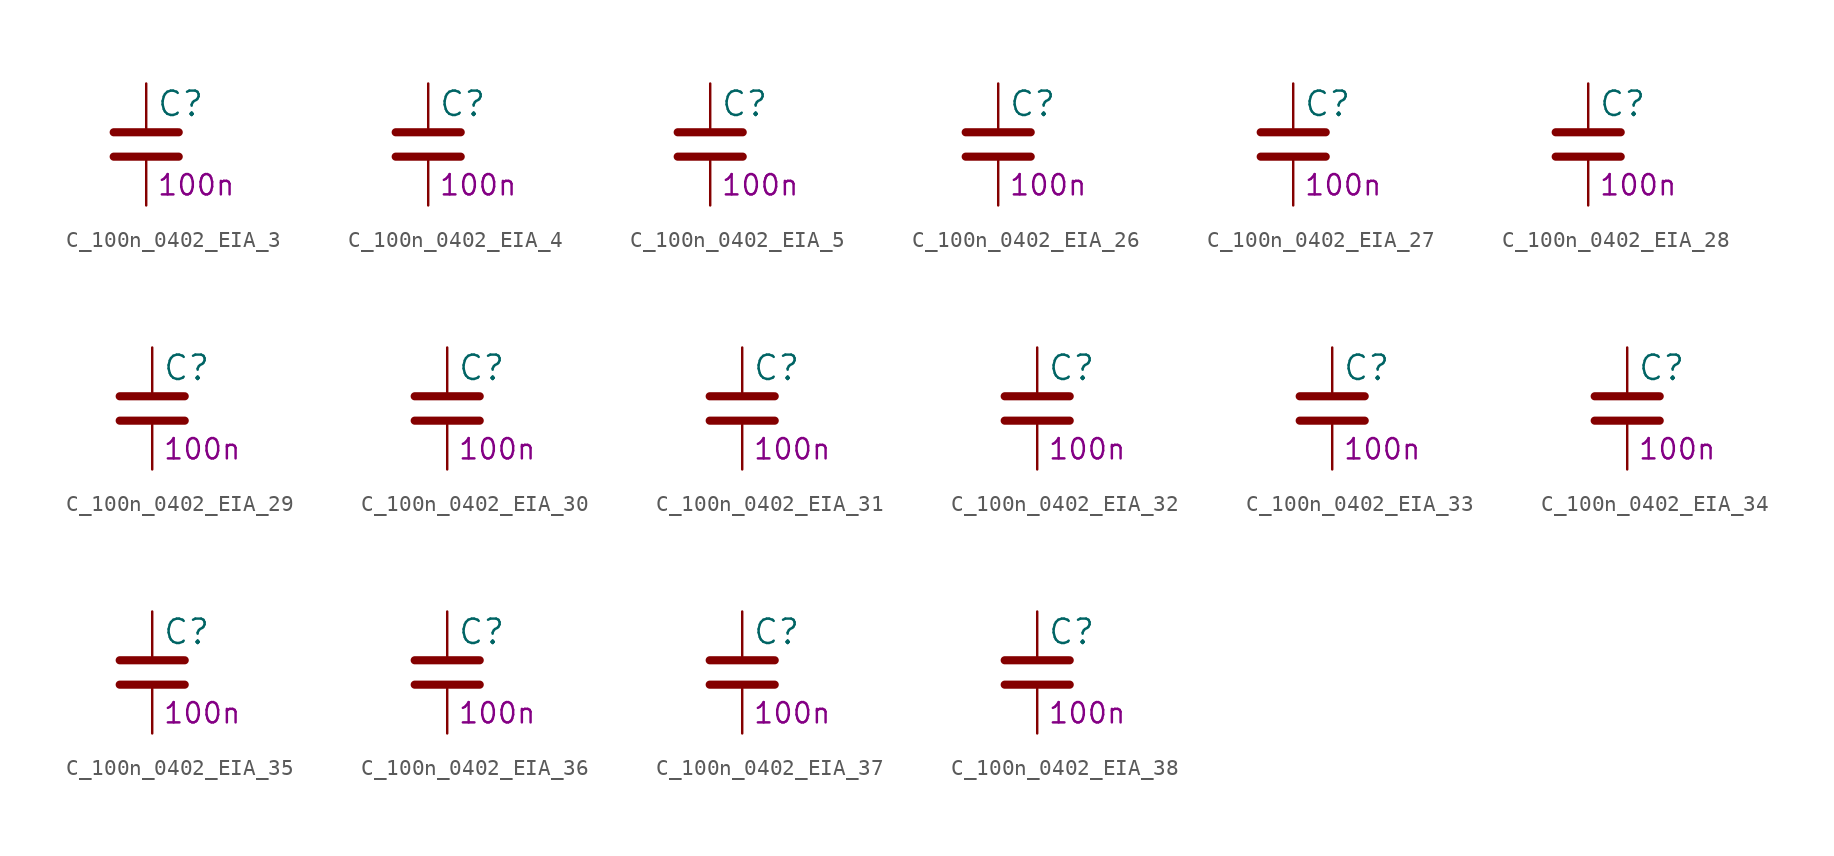
<source format=kicad_sym>
(kicad_symbol_lib
  (version 20211014)
  (generator kicad_symbol_editor)
  (symbol "K410T-devboard:C_100n_0402_EIA_3"
    (pin_names
      (offset 0))
    (property "Reference" "C"
      (at 0.635 2.54 0)
      (effects (font (size 1.524 1.524)) (justify left)))
    (property "Val" "100n"
      (at 0.635 -2.54 0)
      (effects (font (size 1.27 1.27)) (justify left)))
    (symbol "C_100n_0402_EIA_3_1_1"
      (polyline (pts (xy -2.032 -0.762) (xy 2.032 -0.762)) (stroke (width 0.508) (type default)) (fill (type none)))
      (polyline (pts (xy -2.032 0.762) (xy 2.032 0.762)) (stroke (width 0.508) (type default)) (fill (type none)))
      (pin passive line (at 0 3.81 270) (length 2.794) (name "~" (effects (font (size 0 0)))) (number "1" (effects (font (size 0 0)))))
      (pin passive line (at 0 -3.81 90) (length 2.794) (name "~" (effects (font (size 0 0)))) (number "2" (effects (font (size 0 0)))))))
  (symbol "K410T-devboard:C_100n_0402_EIA_4"
    (pin_names
      (offset 0))
    (property "Reference" "C"
      (at 0.635 2.54 0)
      (effects (font (size 1.524 1.524)) (justify left)))
    (property "Val" "100n"
      (at 0.635 -2.54 0)
      (effects (font (size 1.27 1.27)) (justify left)))
    (symbol "C_100n_0402_EIA_4_1_1"
      (polyline (pts (xy -2.032 -0.762) (xy 2.032 -0.762)) (stroke (width 0.508) (type default)) (fill (type none)))
      (polyline (pts (xy -2.032 0.762) (xy 2.032 0.762)) (stroke (width 0.508) (type default)) (fill (type none)))
      (pin passive line (at 0 3.81 270) (length 2.794) (name "~" (effects (font (size 0 0)))) (number "1" (effects (font (size 0 0)))))
      (pin passive line (at 0 -3.81 90) (length 2.794) (name "~" (effects (font (size 0 0)))) (number "2" (effects (font (size 0 0)))))))
  (symbol "K410T-devboard:C_100n_0402_EIA_5"
    (pin_names
      (offset 0))
    (property "Reference" "C"
      (at 0.635 2.54 0)
      (effects (font (size 1.524 1.524)) (justify left)))
    (property "Val" "100n"
      (at 0.635 -2.54 0)
      (effects (font (size 1.27 1.27)) (justify left)))
    (symbol "C_100n_0402_EIA_5_1_1"
      (polyline (pts (xy -2.032 -0.762) (xy 2.032 -0.762)) (stroke (width 0.508) (type default)) (fill (type none)))
      (polyline (pts (xy -2.032 0.762) (xy 2.032 0.762)) (stroke (width 0.508) (type default)) (fill (type none)))
      (pin passive line (at 0 3.81 270) (length 2.794) (name "~" (effects (font (size 0 0)))) (number "1" (effects (font (size 0 0)))))
      (pin passive line (at 0 -3.81 90) (length 2.794) (name "~" (effects (font (size 0 0)))) (number "2" (effects (font (size 0 0)))))))
  (symbol "K410T-devboard:C_100n_0402_EIA_26"
    (pin_names
      (offset 0))
    (property "Reference" "C"
      (at 0.635 2.54 0)
      (effects (font (size 1.524 1.524)) (justify left)))
    (property "Val" "100n"
      (at 0.635 -2.54 0)
      (effects (font (size 1.27 1.27)) (justify left)))
    (symbol "C_100n_0402_EIA_26_1_1"
      (polyline (pts (xy -2.032 -0.762) (xy 2.032 -0.762)) (stroke (width 0.508) (type default)) (fill (type none)))
      (polyline (pts (xy -2.032 0.762) (xy 2.032 0.762)) (stroke (width 0.508) (type default)) (fill (type none)))
      (pin passive line (at 0 3.81 270) (length 2.794) (name "~" (effects (font (size 0 0)))) (number "1" (effects (font (size 0 0)))))
      (pin passive line (at 0 -3.81 90) (length 2.794) (name "~" (effects (font (size 0 0)))) (number "2" (effects (font (size 0 0)))))))
  (symbol "K410T-devboard:C_100n_0402_EIA_27"
    (pin_names
      (offset 0))
    (property "Reference" "C"
      (at 0.635 2.54 0)
      (effects (font (size 1.524 1.524)) (justify left)))
    (property "Val" "100n"
      (at 0.635 -2.54 0)
      (effects (font (size 1.27 1.27)) (justify left)))
    (symbol "C_100n_0402_EIA_27_1_1"
      (polyline (pts (xy -2.032 -0.762) (xy 2.032 -0.762)) (stroke (width 0.508) (type default)) (fill (type none)))
      (polyline (pts (xy -2.032 0.762) (xy 2.032 0.762)) (stroke (width 0.508) (type default)) (fill (type none)))
      (pin passive line (at 0 3.81 270) (length 2.794) (name "~" (effects (font (size 0 0)))) (number "1" (effects (font (size 0 0)))))
      (pin passive line (at 0 -3.81 90) (length 2.794) (name "~" (effects (font (size 0 0)))) (number "2" (effects (font (size 0 0)))))))
  (symbol "K410T-devboard:C_100n_0402_EIA_28"
    (pin_names
      (offset 0))
    (property "Reference" "C"
      (at 0.635 2.54 0)
      (effects (font (size 1.524 1.524)) (justify left)))
    (property "Val" "100n"
      (at 0.635 -2.54 0)
      (effects (font (size 1.27 1.27)) (justify left)))
    (symbol "C_100n_0402_EIA_28_1_1"
      (polyline (pts (xy -2.032 -0.762) (xy 2.032 -0.762)) (stroke (width 0.508) (type default)) (fill (type none)))
      (polyline (pts (xy -2.032 0.762) (xy 2.032 0.762)) (stroke (width 0.508) (type default)) (fill (type none)))
      (pin passive line (at 0 3.81 270) (length 2.794) (name "~" (effects (font (size 0 0)))) (number "1" (effects (font (size 0 0)))))
      (pin passive line (at 0 -3.81 90) (length 2.794) (name "~" (effects (font (size 0 0)))) (number "2" (effects (font (size 0 0)))))))
  (symbol "K410T-devboard:C_100n_0402_EIA_29"
    (pin_names
      (offset 0))
    (property "Reference" "C"
      (at 0.635 2.54 0)
      (effects (font (size 1.524 1.524)) (justify left)))
    (property "Val" "100n"
      (at 0.635 -2.54 0)
      (effects (font (size 1.27 1.27)) (justify left)))
    (symbol "C_100n_0402_EIA_29_1_1"
      (polyline (pts (xy -2.032 -0.762) (xy 2.032 -0.762)) (stroke (width 0.508) (type default)) (fill (type none)))
      (polyline (pts (xy -2.032 0.762) (xy 2.032 0.762)) (stroke (width 0.508) (type default)) (fill (type none)))
      (pin passive line (at 0 3.81 270) (length 2.794) (name "~" (effects (font (size 0 0)))) (number "1" (effects (font (size 0 0)))))
      (pin passive line (at 0 -3.81 90) (length 2.794) (name "~" (effects (font (size 0 0)))) (number "2" (effects (font (size 0 0)))))))
  (symbol "K410T-devboard:C_100n_0402_EIA_30"
    (pin_names
      (offset 0))
    (property "Reference" "C"
      (at 0.635 2.54 0)
      (effects (font (size 1.524 1.524)) (justify left)))
    (property "Val" "100n"
      (at 0.635 -2.54 0)
      (effects (font (size 1.27 1.27)) (justify left)))
    (symbol "C_100n_0402_EIA_30_1_1"
      (polyline (pts (xy -2.032 -0.762) (xy 2.032 -0.762)) (stroke (width 0.508) (type default)) (fill (type none)))
      (polyline (pts (xy -2.032 0.762) (xy 2.032 0.762)) (stroke (width 0.508) (type default)) (fill (type none)))
      (pin passive line (at 0 3.81 270) (length 2.794) (name "~" (effects (font (size 0 0)))) (number "1" (effects (font (size 0 0)))))
      (pin passive line (at 0 -3.81 90) (length 2.794) (name "~" (effects (font (size 0 0)))) (number "2" (effects (font (size 0 0)))))))
  (symbol "K410T-devboard:C_100n_0402_EIA_31"
    (pin_names
      (offset 0))
    (property "Reference" "C"
      (at 0.635 2.54 0)
      (effects (font (size 1.524 1.524)) (justify left)))
    (property "Val" "100n"
      (at 0.635 -2.54 0)
      (effects (font (size 1.27 1.27)) (justify left)))
    (symbol "C_100n_0402_EIA_31_1_1"
      (polyline (pts (xy -2.032 -0.762) (xy 2.032 -0.762)) (stroke (width 0.508) (type default)) (fill (type none)))
      (polyline (pts (xy -2.032 0.762) (xy 2.032 0.762)) (stroke (width 0.508) (type default)) (fill (type none)))
      (pin passive line (at 0 3.81 270) (length 2.794) (name "~" (effects (font (size 0 0)))) (number "1" (effects (font (size 0 0)))))
      (pin passive line (at 0 -3.81 90) (length 2.794) (name "~" (effects (font (size 0 0)))) (number "2" (effects (font (size 0 0)))))))
  (symbol "K410T-devboard:C_100n_0402_EIA_32"
    (pin_names
      (offset 0))
    (property "Reference" "C"
      (at 0.635 2.54 0)
      (effects (font (size 1.524 1.524)) (justify left)))
    (property "Val" "100n"
      (at 0.635 -2.54 0)
      (effects (font (size 1.27 1.27)) (justify left)))
    (symbol "C_100n_0402_EIA_32_1_1"
      (polyline (pts (xy -2.032 -0.762) (xy 2.032 -0.762)) (stroke (width 0.508) (type default)) (fill (type none)))
      (polyline (pts (xy -2.032 0.762) (xy 2.032 0.762)) (stroke (width 0.508) (type default)) (fill (type none)))
      (pin passive line (at 0 3.81 270) (length 2.794) (name "~" (effects (font (size 0 0)))) (number "1" (effects (font (size 0 0)))))
      (pin passive line (at 0 -3.81 90) (length 2.794) (name "~" (effects (font (size 0 0)))) (number "2" (effects (font (size 0 0)))))))
  (symbol "K410T-devboard:C_100n_0402_EIA_33"
    (pin_names
      (offset 0))
    (property "Reference" "C"
      (at 0.635 2.54 0)
      (effects (font (size 1.524 1.524)) (justify left)))
    (property "Val" "100n"
      (at 0.635 -2.54 0)
      (effects (font (size 1.27 1.27)) (justify left)))
    (symbol "C_100n_0402_EIA_33_1_1"
      (polyline (pts (xy -2.032 -0.762) (xy 2.032 -0.762)) (stroke (width 0.508) (type default)) (fill (type none)))
      (polyline (pts (xy -2.032 0.762) (xy 2.032 0.762)) (stroke (width 0.508) (type default)) (fill (type none)))
      (pin passive line (at 0 3.81 270) (length 2.794) (name "~" (effects (font (size 0 0)))) (number "1" (effects (font (size 0 0)))))
      (pin passive line (at 0 -3.81 90) (length 2.794) (name "~" (effects (font (size 0 0)))) (number "2" (effects (font (size 0 0)))))))
  (symbol "K410T-devboard:C_100n_0402_EIA_34"
    (pin_names
      (offset 0))
    (property "Reference" "C"
      (at 0.635 2.54 0)
      (effects (font (size 1.524 1.524)) (justify left)))
    (property "Val" "100n"
      (at 0.635 -2.54 0)
      (effects (font (size 1.27 1.27)) (justify left)))
    (symbol "C_100n_0402_EIA_34_1_1"
      (polyline (pts (xy -2.032 -0.762) (xy 2.032 -0.762)) (stroke (width 0.508) (type default)) (fill (type none)))
      (polyline (pts (xy -2.032 0.762) (xy 2.032 0.762)) (stroke (width 0.508) (type default)) (fill (type none)))
      (pin passive line (at 0 3.81 270) (length 2.794) (name "~" (effects (font (size 0 0)))) (number "1" (effects (font (size 0 0)))))
      (pin passive line (at 0 -3.81 90) (length 2.794) (name "~" (effects (font (size 0 0)))) (number "2" (effects (font (size 0 0)))))))
  (symbol "K410T-devboard:C_100n_0402_EIA_35"
    (pin_names
      (offset 0))
    (property "Reference" "C"
      (at 0.635 2.54 0)
      (effects (font (size 1.524 1.524)) (justify left)))
    (property "Val" "100n"
      (at 0.635 -2.54 0)
      (effects (font (size 1.27 1.27)) (justify left)))
    (symbol "C_100n_0402_EIA_35_1_1"
      (polyline (pts (xy -2.032 -0.762) (xy 2.032 -0.762)) (stroke (width 0.508) (type default)) (fill (type none)))
      (polyline (pts (xy -2.032 0.762) (xy 2.032 0.762)) (stroke (width 0.508) (type default)) (fill (type none)))
      (pin passive line (at 0 3.81 270) (length 2.794) (name "~" (effects (font (size 0 0)))) (number "1" (effects (font (size 0 0)))))
      (pin passive line (at 0 -3.81 90) (length 2.794) (name "~" (effects (font (size 0 0)))) (number "2" (effects (font (size 0 0)))))))
  (symbol "K410T-devboard:C_100n_0402_EIA_36"
    (pin_names
      (offset 0))
    (property "Reference" "C"
      (at 0.635 2.54 0)
      (effects (font (size 1.524 1.524)) (justify left)))
    (property "Val" "100n"
      (at 0.635 -2.54 0)
      (effects (font (size 1.27 1.27)) (justify left)))
    (symbol "C_100n_0402_EIA_36_1_1"
      (polyline (pts (xy -2.032 -0.762) (xy 2.032 -0.762)) (stroke (width 0.508) (type default)) (fill (type none)))
      (polyline (pts (xy -2.032 0.762) (xy 2.032 0.762)) (stroke (width 0.508) (type default)) (fill (type none)))
      (pin passive line (at 0 3.81 270) (length 2.794) (name "~" (effects (font (size 0 0)))) (number "1" (effects (font (size 0 0)))))
      (pin passive line (at 0 -3.81 90) (length 2.794) (name "~" (effects (font (size 0 0)))) (number "2" (effects (font (size 0 0)))))))
  (symbol "K410T-devboard:C_100n_0402_EIA_37"
    (pin_names
      (offset 0))
    (property "Reference" "C"
      (at 0.635 2.54 0)
      (effects (font (size 1.524 1.524)) (justify left)))
    (property "Val" "100n"
      (at 0.635 -2.54 0)
      (effects (font (size 1.27 1.27)) (justify left)))
    (symbol "C_100n_0402_EIA_37_1_1"
      (polyline (pts (xy -2.032 -0.762) (xy 2.032 -0.762)) (stroke (width 0.508) (type default)) (fill (type none)))
      (polyline (pts (xy -2.032 0.762) (xy 2.032 0.762)) (stroke (width 0.508) (type default)) (fill (type none)))
      (pin passive line (at 0 3.81 270) (length 2.794) (name "~" (effects (font (size 0 0)))) (number "1" (effects (font (size 0 0)))))
      (pin passive line (at 0 -3.81 90) (length 2.794) (name "~" (effects (font (size 0 0)))) (number "2" (effects (font (size 0 0)))))))
  (symbol "K410T-devboard:C_100n_0402_EIA_38"
    (pin_names
      (offset 0))
    (property "Reference" "C"
      (at 0.635 2.54 0)
      (effects (font (size 1.524 1.524)) (justify left)))
    (property "Val" "100n"
      (at 0.635 -2.54 0)
      (effects (font (size 1.27 1.27)) (justify left)))
    (symbol "C_100n_0402_EIA_38_1_1"
      (polyline (pts (xy -2.032 -0.762) (xy 2.032 -0.762)) (stroke (width 0.508) (type default)) (fill (type none)))
      (polyline (pts (xy -2.032 0.762) (xy 2.032 0.762)) (stroke (width 0.508) (type default)) (fill (type none)))
      (pin passive line (at 0 3.81 270) (length 2.794) (name "~" (effects (font (size 0 0)))) (number "1" (effects (font (size 0 0)))))
      (pin passive line (at 0 -3.81 90) (length 2.794) (name "~" (effects (font (size 0 0)))) (number "2" (effects (font (size 0 0))))))))
</source>
